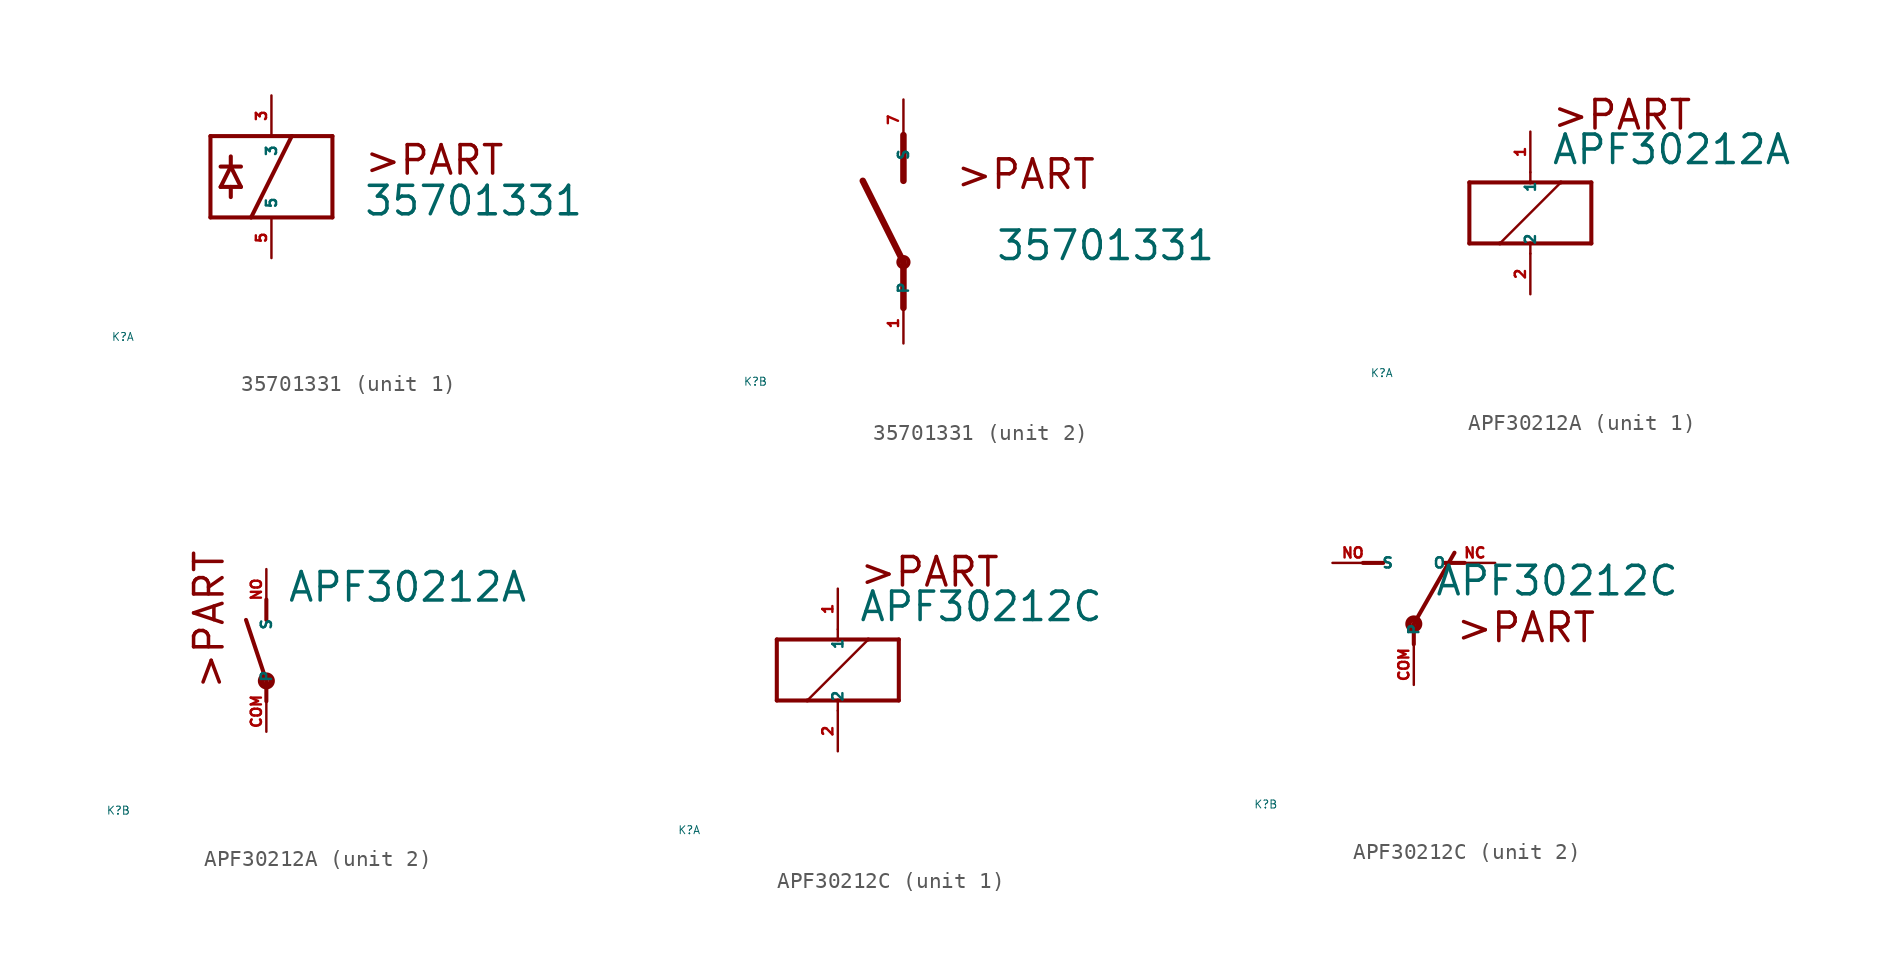
<source format=kicad_sym>
(kicad_symbol_lib
  (version 20220914)
  (generator Eagle2Kicad)
  (symbol "35701331"
    (property "Reference" "K"
      (at -10 -10 0)
      (effects (font (size 0.5 0.5) (thickness 0.06)) (justify left)))
    (property "Value" "35701331"
      (at 5.715 -2.54 0)
      (effects (font (size 1.778 1.778) (thickness 0.22)) (justify left bottom)))
    (symbol "35701331_1_0"
      (polyline (pts (xy -3.81 2.54) (xy 1.27 2.54)) (stroke (width 0.254) (type default)) (fill (type none)))
      (polyline (pts (xy 1.27 2.54) (xy 3.81 2.54)) (stroke (width 0.254) (type default)) (fill (type none)))
      (polyline (pts (xy 3.81 2.54) (xy 3.81 -2.54)) (stroke (width 0.254) (type default)) (fill (type none)))
      (polyline (pts (xy 3.81 -2.54) (xy -1.27 -2.54)) (stroke (width 0.254) (type default)) (fill (type none)))
      (polyline (pts (xy -1.27 -2.54) (xy -3.81 -2.54)) (stroke (width 0.254) (type default)) (fill (type none)))
      (polyline (pts (xy -3.81 -2.54) (xy -3.81 2.54)) (stroke (width 0.254) (type default)) (fill (type none)))
      (polyline (pts (xy -1.27 -2.54) (xy 1.27 2.54)) (stroke (width 0.254) (type default)) (fill (type none)))
      (polyline (pts (xy -3.175 0.635) (xy -2.54 0.635)) (stroke (width 0.254) (type default)) (fill (type none)))
      (polyline (pts (xy -2.54 0.635) (xy -3.175 -0.635)) (stroke (width 0.254) (type default)) (fill (type none)))
      (polyline (pts (xy -2.54 0.635) (xy -1.905 -0.635)) (stroke (width 0.254) (type default)) (fill (type none)))
      (polyline (pts (xy -3.175 -0.635) (xy -2.54 -0.635)) (stroke (width 0.254) (type default)) (fill (type none)))
      (polyline (pts (xy -2.54 -0.635) (xy -1.905 -0.635)) (stroke (width 0.254) (type default)) (fill (type none)))
      (polyline (pts (xy -2.54 0.635) (xy -2.54 1.27)) (stroke (width 0.254) (type default)) (fill (type none)))
      (polyline (pts (xy -2.54 -0.635) (xy -2.54 -1.27)) (stroke (width 0.254) (type default)) (fill (type none)))
      (polyline (pts (xy -1.905 0.635) (xy -2.54 0.635)) (stroke (width 0.254) (type default)) (fill (type none)))
      (text ">PART" (at 5.715 0 0) (effects (font (size 1.778 1.778) (thickness 0.22)) (justify left bottom)))
      (pin passive line (at 0 5.08 270) (length 2.54) (name "3" (effects (font (size 0.635 0.635) (thickness 0.08)) (justify left bottom))) (number "3" (effects (font (size 0.635 0.635) (thickness 0.08)) (justify left bottom))))
      (pin passive line (at 0 -5.08 90) (length 2.54) (name "5" (effects (font (size 0.635 0.635) (thickness 0.08)) (justify left bottom))) (number "5" (effects (font (size 0.635 0.635) (thickness 0.08)) (justify left bottom)))))
    (symbol "35701331_2_0"
      (polyline (pts (xy 0 2.54) (xy 0 5.397)) (stroke (width 0.406) (type default)) (fill (type none)))
      (polyline (pts (xy 0 -5.397) (xy 0 -2.54)) (stroke (width 0.406) (type default)) (fill (type none)))
      (polyline (pts (xy 0 -2.54) (xy -2.54 2.54)) (stroke (width 0.406) (type default)) (fill (type none)))
      (text ">PART" (at 3.175 1.905 0) (effects (font (size 1.778 1.778) (thickness 0.22)) (justify left bottom)))
      (circle (center 0 -2.54) (radius 0.318) (stroke (width 0.254) (type default)) (fill (type none)))
      (pin passive line (at 0 7.62 270) (length 2.54) (name "S" (effects (font (size 0.635 0.635) (thickness 0.08)) (justify left bottom))) (number "7" (effects (font (size 0.635 0.635) (thickness 0.08)) (justify left bottom))))
      (pin passive line (at 0 -7.62 90) (length 2.54) (name "P" (effects (font (size 0.635 0.635) (thickness 0.08)) (justify left bottom))) (number "1" (effects (font (size 0.635 0.635) (thickness 0.08)) (justify left bottom))))))
  (symbol "APF30212A"
    (property "Reference" "K"
      (at -10 -10 0)
      (effects (font (size 0.5 0.5) (thickness 0.06)) (justify left)))
    (property "Value" "APF30212A"
      (at 1.27 2.921 0)
      (effects (font (size 1.778 1.778) (thickness 0.22)) (justify left bottom)))
    (symbol "APF30212A_1_0"
      (polyline (pts (xy -3.81 -1.905) (xy -1.905 -1.905)) (stroke (width 0.254) (type default)) (fill (type none)))
      (polyline (pts (xy 3.81 -1.905) (xy 3.81 1.905)) (stroke (width 0.254) (type default)) (fill (type none)))
      (polyline (pts (xy 3.81 1.905) (xy 1.905 1.905)) (stroke (width 0.254) (type default)) (fill (type none)))
      (polyline (pts (xy -3.81 1.905) (xy -3.81 -1.905)) (stroke (width 0.254) (type default)) (fill (type none)))
      (polyline (pts (xy 0 -2.54) (xy 0 -1.905)) (stroke (width 0.152) (type default)) (fill (type none)))
      (polyline (pts (xy 0 -1.905) (xy 3.81 -1.905)) (stroke (width 0.254) (type default)) (fill (type none)))
      (polyline (pts (xy 0 2.54) (xy 0 1.905)) (stroke (width 0.152) (type default)) (fill (type none)))
      (polyline (pts (xy 0 1.905) (xy -3.81 1.905)) (stroke (width 0.254) (type default)) (fill (type none)))
      (polyline (pts (xy -1.905 -1.905) (xy 1.905 1.905)) (stroke (width 0.152) (type default)) (fill (type none)))
      (polyline (pts (xy -1.905 -1.905) (xy 0 -1.905)) (stroke (width 0.254) (type default)) (fill (type none)))
      (polyline (pts (xy 1.905 1.905) (xy 0 1.905)) (stroke (width 0.254) (type default)) (fill (type none)))
      (text ">PART" (at 1.27 5.08 0) (effects (font (size 1.778 1.778) (thickness 0.22)) (justify left bottom)))
      (pin passive line (at 0 -5.08 90) (length 2.54) (name "2" (effects (font (size 0.635 0.635) (thickness 0.08)) (justify left bottom))) (number "2" (effects (font (size 0.635 0.635) (thickness 0.08)) (justify left bottom))))
      (pin passive line (at 0 5.08 270) (length 2.54) (name "1" (effects (font (size 0.635 0.635) (thickness 0.08)) (justify left bottom))) (number "1" (effects (font (size 0.635 0.635) (thickness 0.08)) (justify left bottom)))))
    (symbol "APF30212A_2_0"
      (polyline (pts (xy 0 3.175) (xy 0 1.905)) (stroke (width 0.254) (type default)) (fill (type none)))
      (polyline (pts (xy 0 -3.175) (xy 0 -1.905)) (stroke (width 0.254) (type default)) (fill (type none)))
      (polyline (pts (xy 0 -1.905) (xy -1.27 1.905)) (stroke (width 0.254) (type default)) (fill (type none)))
      (text ">PART" (at -2.54 -2.54 900) (effects (font (size 1.778 1.778) (thickness 0.22)) (justify left bottom)))
      (circle (center 0 -1.905) (radius 0.127) (stroke (width 0.406) (type default)) (fill (type none)))
      (pin passive line (at 0 -5.08 90) (length 2.54) (name "P" (effects (font (size 0.635 0.635) (thickness 0.08)) (justify left bottom))) (number "COM" (effects (font (size 0.635 0.635) (thickness 0.08)) (justify left bottom))))
      (pin passive line (at 0 5.08 270) (length 2.54) (name "S" (effects (font (size 0.635 0.635) (thickness 0.08)) (justify left bottom))) (number "NO" (effects (font (size 0.635 0.635) (thickness 0.08)) (justify left bottom))))))
  (symbol "APF30212C"
    (property "Reference" "K"
      (at -10 -10 0)
      (effects (font (size 0.5 0.5) (thickness 0.06)) (justify left)))
    (property "Value" "APF30212C"
      (at 1.27 2.921 0)
      (effects (font (size 1.778 1.778) (thickness 0.22)) (justify left bottom)))
    (symbol "APF30212C_1_0"
      (polyline (pts (xy -3.81 -1.905) (xy -1.905 -1.905)) (stroke (width 0.254) (type default)) (fill (type none)))
      (polyline (pts (xy 3.81 -1.905) (xy 3.81 1.905)) (stroke (width 0.254) (type default)) (fill (type none)))
      (polyline (pts (xy 3.81 1.905) (xy 1.905 1.905)) (stroke (width 0.254) (type default)) (fill (type none)))
      (polyline (pts (xy -3.81 1.905) (xy -3.81 -1.905)) (stroke (width 0.254) (type default)) (fill (type none)))
      (polyline (pts (xy 0 -2.54) (xy 0 -1.905)) (stroke (width 0.152) (type default)) (fill (type none)))
      (polyline (pts (xy 0 -1.905) (xy 3.81 -1.905)) (stroke (width 0.254) (type default)) (fill (type none)))
      (polyline (pts (xy 0 2.54) (xy 0 1.905)) (stroke (width 0.152) (type default)) (fill (type none)))
      (polyline (pts (xy 0 1.905) (xy -3.81 1.905)) (stroke (width 0.254) (type default)) (fill (type none)))
      (polyline (pts (xy -1.905 -1.905) (xy 1.905 1.905)) (stroke (width 0.152) (type default)) (fill (type none)))
      (polyline (pts (xy -1.905 -1.905) (xy 0 -1.905)) (stroke (width 0.254) (type default)) (fill (type none)))
      (polyline (pts (xy 1.905 1.905) (xy 0 1.905)) (stroke (width 0.254) (type default)) (fill (type none)))
      (text ">PART" (at 1.27 5.08 0) (effects (font (size 1.778 1.778) (thickness 0.22)) (justify left bottom)))
      (pin passive line (at 0 -5.08 90) (length 2.54) (name "2" (effects (font (size 0.635 0.635) (thickness 0.08)) (justify left bottom))) (number "2" (effects (font (size 0.635 0.635) (thickness 0.08)) (justify left bottom))))
      (pin passive line (at 0 5.08 270) (length 2.54) (name "1" (effects (font (size 0.635 0.635) (thickness 0.08)) (justify left bottom))) (number "1" (effects (font (size 0.635 0.635) (thickness 0.08)) (justify left bottom)))))
    (symbol "APF30212C_2_0"
      (polyline (pts (xy 3.175 5.08) (xy 1.905 5.08)) (stroke (width 0.254) (type default)) (fill (type none)))
      (polyline (pts (xy -3.175 5.08) (xy -1.905 5.08)) (stroke (width 0.254) (type default)) (fill (type none)))
      (polyline (pts (xy 0 1.27) (xy 2.54 5.715)) (stroke (width 0.254) (type default)) (fill (type none)))
      (polyline (pts (xy 0 1.27) (xy 0 0)) (stroke (width 0.254) (type default)) (fill (type none)))
      (text ">PART" (at 2.54 0 0) (effects (font (size 1.778 1.778) (thickness 0.22)) (justify left bottom)))
      (circle (center 0 1.27) (radius 0.127) (stroke (width 0.406) (type default)) (fill (type none)))
      (pin passive line (at 5.08 5.08 180) (length 2.54) (name "O" (effects (font (size 0.635 0.635) (thickness 0.08)) (justify left bottom))) (number "NC" (effects (font (size 0.635 0.635) (thickness 0.08)) (justify left bottom))))
      (pin passive line (at -5.08 5.08 0) (length 2.54) (name "S" (effects (font (size 0.635 0.635) (thickness 0.08)) (justify left bottom))) (number "NO" (effects (font (size 0.635 0.635) (thickness 0.08)) (justify left bottom))))
      (pin passive line (at 0 -2.54 90) (length 2.54) (name "P" (effects (font (size 0.635 0.635) (thickness 0.08)) (justify left bottom))) (number "COM" (effects (font (size 0.635 0.635) (thickness 0.08)) (justify left bottom)))))))
</source>
